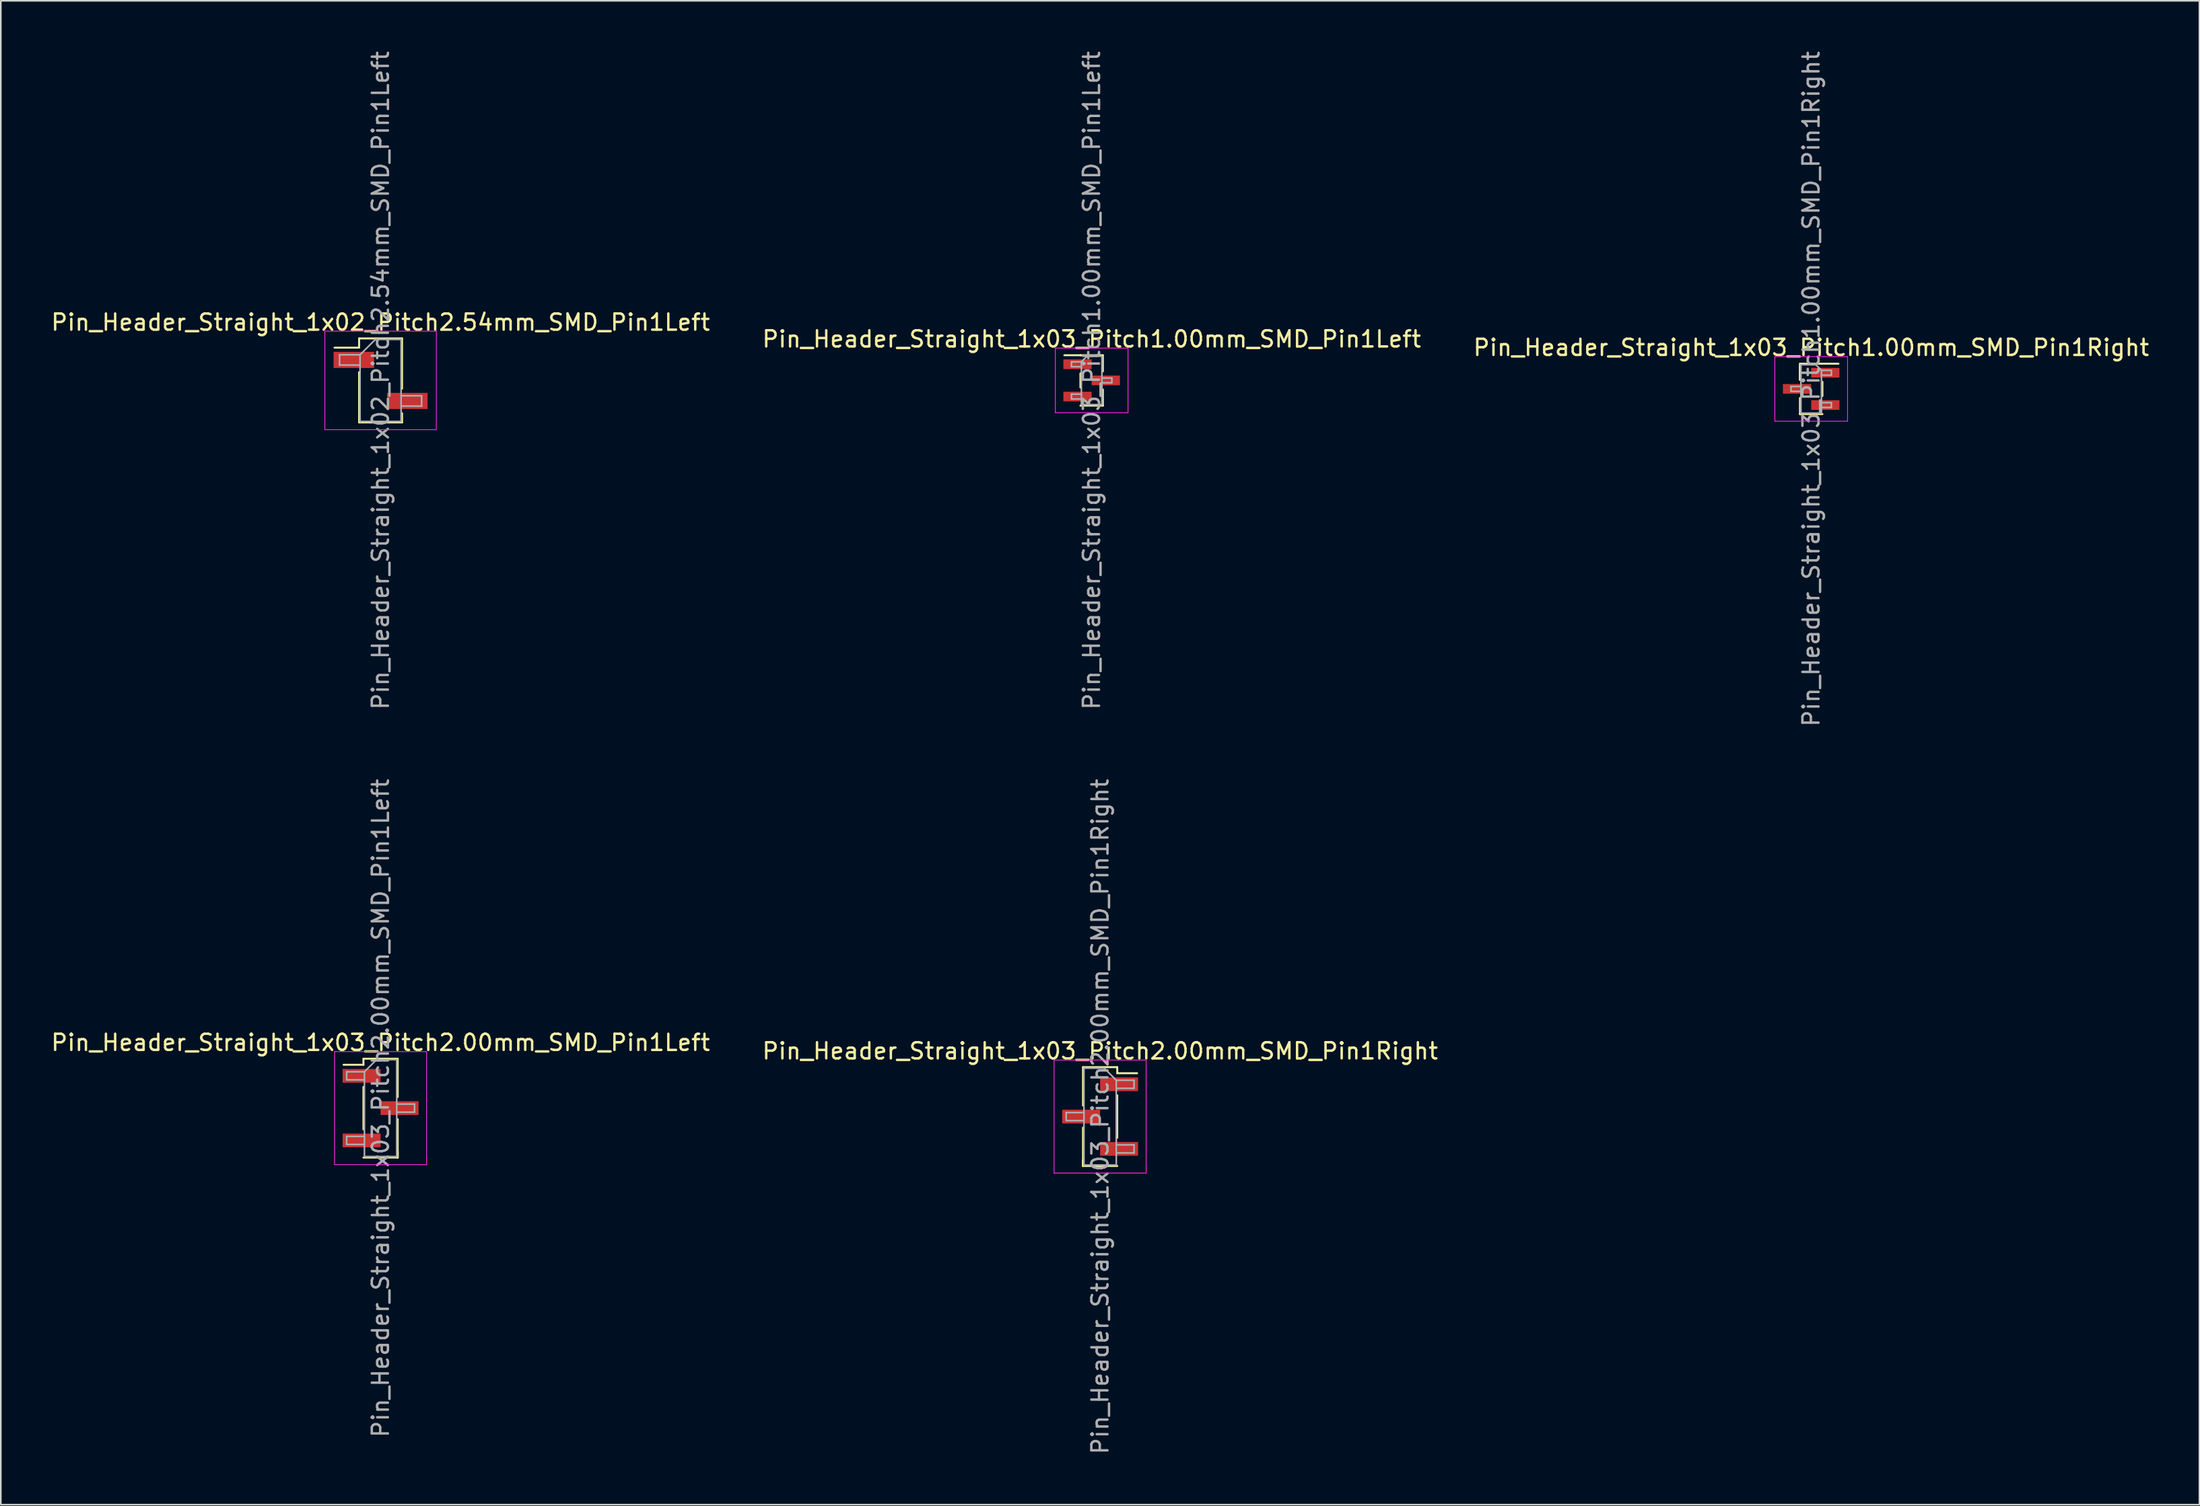
<source format=kicad_pcb>
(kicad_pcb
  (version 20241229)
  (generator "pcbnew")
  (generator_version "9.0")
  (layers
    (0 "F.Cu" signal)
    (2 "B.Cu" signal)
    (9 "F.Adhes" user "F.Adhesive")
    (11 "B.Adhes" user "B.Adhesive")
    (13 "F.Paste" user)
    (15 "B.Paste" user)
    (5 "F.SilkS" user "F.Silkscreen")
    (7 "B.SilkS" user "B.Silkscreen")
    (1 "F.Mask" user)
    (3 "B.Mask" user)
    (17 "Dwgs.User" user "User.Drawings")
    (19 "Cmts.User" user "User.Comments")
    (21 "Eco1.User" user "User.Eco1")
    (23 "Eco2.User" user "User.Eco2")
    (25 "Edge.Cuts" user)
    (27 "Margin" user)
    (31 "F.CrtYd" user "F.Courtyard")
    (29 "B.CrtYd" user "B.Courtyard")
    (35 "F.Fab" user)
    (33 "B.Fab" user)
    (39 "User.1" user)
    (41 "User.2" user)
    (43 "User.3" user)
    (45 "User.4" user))
  (footprint "Pin_Header_Straight_1x03_Pitch1.00mm_SMD_Pin1Left"
    (layer "F.Cu")
    (at 64.518 20.506)
    (property "Reference" "Pin_Header_Straight_1x03_Pitch1.00mm_SMD_Pin1Left" (at 0 -2.56 0) (layer "F.SilkS") (effects (font (size 1 1) (thickness 0.15))))
    (attr smd)
    (fp_line (start -0.695 -1.56) (end -1.69 -1.56) (stroke (width 0.12) (type solid)) (layer "F.SilkS"))
    (fp_line (start -0.695 -1.56) (end -0.695 -1.56) (stroke (width 0.12) (type solid)) (layer "F.SilkS"))
    (fp_line (start -0.695 -1.56) (end 0.695 -1.56) (stroke (width 0.12) (type solid)) (layer "F.SilkS"))
    (fp_line (start -0.695 -0.44) (end -0.695 0.44) (stroke (width 0.12) (type solid)) (layer "F.SilkS"))
    (fp_line (start -0.695 1.56) (end 0.695 1.56) (stroke (width 0.12) (type solid)) (layer "F.SilkS"))
    (fp_line (start 0.695 -1.56) (end 0.695 -0.56) (stroke (width 0.12) (type solid)) (layer "F.SilkS"))
    (fp_line (start 0.695 0.56) (end 0.695 1.56) (stroke (width 0.12) (type solid)) (layer "F.SilkS"))
    (fp_line (start 0.695 1.56) (end 0.695 1.56) (stroke (width 0.12) (type solid)) (layer "F.SilkS"))
    (fp_line (start -2.25 -2) (end -2.25 2) (stroke (width 0.05) (type solid)) (layer "F.CrtYd"))
    (fp_line (start -2.25 2) (end 2.25 2) (stroke (width 0.05) (type solid)) (layer "F.CrtYd"))
    (fp_line (start 2.25 -2) (end -2.25 -2) (stroke (width 0.05) (type solid)) (layer "F.CrtYd"))
    (fp_line (start 2.25 2) (end 2.25 -2) (stroke (width 0.05) (type solid)) (layer "F.CrtYd"))
    (fp_line (start -1.25 -1.15) (end -1.25 -0.85) (stroke (width 0.1) (type solid)) (layer "F.Fab"))
    (fp_line (start -1.25 -0.85) (end -0.635 -0.85) (stroke (width 0.1) (type solid)) (layer "F.Fab"))
    (fp_line (start -1.25 0.85) (end -1.25 1.15) (stroke (width 0.1) (type solid)) (layer "F.Fab"))
    (fp_line (start -1.25 1.15) (end -0.635 1.15) (stroke (width 0.1) (type solid)) (layer "F.Fab"))
    (fp_line (start -0.635 -1.15) (end -1.25 -1.15) (stroke (width 0.1) (type solid)) (layer "F.Fab"))
    (fp_line (start -0.635 -1.15) (end -0.285 -1.5) (stroke (width 0.1) (type solid)) (layer "F.Fab"))
    (fp_line (start -0.635 0.85) (end -1.25 0.85) (stroke (width 0.1) (type solid)) (layer "F.Fab"))
    (fp_line (start -0.635 1.5) (end -0.635 -1.15) (stroke (width 0.1) (type solid)) (layer "F.Fab"))
    (fp_line (start -0.285 -1.5) (end 0.635 -1.5) (stroke (width 0.1) (type solid)) (layer "F.Fab"))
    (fp_line (start 0.635 -1.5) (end 0.635 1.5) (stroke (width 0.1) (type solid)) (layer "F.Fab"))
    (fp_line (start 0.635 -0.15) (end 1.25 -0.15) (stroke (width 0.1) (type solid)) (layer "F.Fab"))
    (fp_line (start 0.635 1.5) (end -0.635 1.5) (stroke (width 0.1) (type solid)) (layer "F.Fab"))
    (fp_line (start 1.25 -0.15) (end 1.25 0.15) (stroke (width 0.1) (type solid)) (layer "F.Fab"))
    (fp_line (start 1.25 0.15) (end 0.635 0.15) (stroke (width 0.1) (type solid)) (layer "F.Fab"))
    (fp_text user "${REFERENCE}" (at 0 0 90) (layer "F.Fab") (effects (font (size 1 1) (thickness 0.15))))
    (pad "1" smd rect (at -0.875 -1) (size 1.75 0.6) (layers "F.Cu" "F.Mask" "F.Paste"))
    (pad "2" smd rect (at 0.875 0) (size 1.75 0.6) (layers "F.Cu" "F.Mask" "F.Paste"))
    (pad "3" smd rect (at -0.875 1) (size 1.75 0.6) (layers "F.Cu" "F.Mask" "F.Paste")))
  (footprint "Pin_Header_Straight_1x03_Pitch2.00mm_SMD_Pin1Right"
    (layer "F.Cu")
    (at 65.042 66.089)
    (property "Reference" "Pin_Header_Straight_1x03_Pitch2.00mm_SMD_Pin1Right" (at 0 -4.06 0) (layer "F.SilkS") (effects (font (size 1 1) (thickness 0.15))))
    (attr smd)
    (fp_line (start -1.06 -3.06) (end -1.06 -0.685) (stroke (width 0.12) (type solid)) (layer "F.SilkS"))
    (fp_line (start -1.06 -3.06) (end 1.06 -3.06) (stroke (width 0.12) (type solid)) (layer "F.SilkS"))
    (fp_line (start -1.06 0.685) (end -1.06 3.06) (stroke (width 0.12) (type solid)) (layer "F.SilkS"))
    (fp_line (start -1.06 2.685) (end -1.06 3.06) (stroke (width 0.12) (type solid)) (layer "F.SilkS"))
    (fp_line (start -1.06 3.06) (end 1.06 3.06) (stroke (width 0.12) (type solid)) (layer "F.SilkS"))
    (fp_line (start 1.06 -3.06) (end 1.06 -2.685) (stroke (width 0.12) (type solid)) (layer "F.SilkS"))
    (fp_line (start 1.06 -2.685) (end 2.29 -2.685) (stroke (width 0.12) (type solid)) (layer "F.SilkS"))
    (fp_line (start 1.06 -1.315) (end 1.06 1.315) (stroke (width 0.12) (type solid)) (layer "F.SilkS"))
    (fp_line (start -2.85 -3.5) (end -2.85 3.5) (stroke (width 0.05) (type solid)) (layer "F.CrtYd"))
    (fp_line (start -2.85 3.5) (end 2.85 3.5) (stroke (width 0.05) (type solid)) (layer "F.CrtYd"))
    (fp_line (start 2.85 -3.5) (end -2.85 -3.5) (stroke (width 0.05) (type solid)) (layer "F.CrtYd"))
    (fp_line (start 2.85 3.5) (end 2.85 -3.5) (stroke (width 0.05) (type solid)) (layer "F.CrtYd"))
    (fp_line (start -2.1 -0.25) (end -2.1 0.25) (stroke (width 0.1) (type solid)) (layer "F.Fab"))
    (fp_line (start -2.1 0.25) (end -1 0.25) (stroke (width 0.1) (type solid)) (layer "F.Fab"))
    (fp_line (start -1 -3) (end -1 3) (stroke (width 0.1) (type solid)) (layer "F.Fab"))
    (fp_line (start -1 -3) (end 0.25 -3) (stroke (width 0.1) (type solid)) (layer "F.Fab"))
    (fp_line (start -1 -0.25) (end -2.1 -0.25) (stroke (width 0.1) (type solid)) (layer "F.Fab"))
    (fp_line (start 1 -2.25) (end 0.25 -3) (stroke (width 0.1) (type solid)) (layer "F.Fab"))
    (fp_line (start 1 -2.25) (end 2.1 -2.25) (stroke (width 0.1) (type solid)) (layer "F.Fab"))
    (fp_line (start 1 1.75) (end 2.1 1.75) (stroke (width 0.1) (type solid)) (layer "F.Fab"))
    (fp_line (start 1 3) (end -1 3) (stroke (width 0.1) (type solid)) (layer "F.Fab"))
    (fp_line (start 1 3) (end 1 -2.25) (stroke (width 0.1) (type solid)) (layer "F.Fab"))
    (fp_line (start 2.1 -2.25) (end 2.1 -1.75) (stroke (width 0.1) (type solid)) (layer "F.Fab"))
    (fp_line (start 2.1 -1.75) (end 1 -1.75) (stroke (width 0.1) (type solid)) (layer "F.Fab"))
    (fp_line (start 2.1 1.75) (end 2.1 2.25) (stroke (width 0.1) (type solid)) (layer "F.Fab"))
    (fp_line (start 2.1 2.25) (end 1 2.25) (stroke (width 0.1) (type solid)) (layer "F.Fab"))
    (fp_text user "${REFERENCE}" (at 0 0 90) (layer "F.Fab") (effects (font (size 1 1) (thickness 0.15))))
    (pad "1" smd rect (at 1.175 -2) (size 2.35 0.85) (layers "F.Cu" "F.Mask" "F.Paste"))
    (pad "2" smd rect (at -1.175 0) (size 2.35 0.85) (layers "F.Cu" "F.Mask" "F.Paste"))
    (pad "3" smd rect (at 1.175 2) (size 2.35 0.85) (layers "F.Cu" "F.Mask" "F.Paste")))
  (footprint "Pin_Header_Straight_1x03_Pitch2.00mm_SMD_Pin1Left"
    (layer "F.Cu")
    (at 20.506 65.565)
    (property "Reference" "Pin_Header_Straight_1x03_Pitch2.00mm_SMD_Pin1Left" (at 0 -4.06 0) (layer "F.SilkS") (effects (font (size 1 1) (thickness 0.15))))
    (attr smd)
    (fp_line (start -1.06 -3.06) (end -1.06 -2.685) (stroke (width 0.12) (type solid)) (layer "F.SilkS"))
    (fp_line (start -1.06 -3.06) (end 1.06 -3.06) (stroke (width 0.12) (type solid)) (layer "F.SilkS"))
    (fp_line (start -1.06 -2.685) (end -2.29 -2.685) (stroke (width 0.12) (type solid)) (layer "F.SilkS"))
    (fp_line (start -1.06 -1.315) (end -1.06 1.315) (stroke (width 0.12) (type solid)) (layer "F.SilkS"))
    (fp_line (start -1.06 3.06) (end 1.06 3.06) (stroke (width 0.12) (type solid)) (layer "F.SilkS"))
    (fp_line (start 1.06 -3.06) (end 1.06 -0.685) (stroke (width 0.12) (type solid)) (layer "F.SilkS"))
    (fp_line (start 1.06 0.685) (end 1.06 3.06) (stroke (width 0.12) (type solid)) (layer "F.SilkS"))
    (fp_line (start 1.06 2.685) (end 1.06 3.06) (stroke (width 0.12) (type solid)) (layer "F.SilkS"))
    (fp_line (start -2.85 -3.5) (end -2.85 3.5) (stroke (width 0.05) (type solid)) (layer "F.CrtYd"))
    (fp_line (start -2.85 3.5) (end 2.85 3.5) (stroke (width 0.05) (type solid)) (layer "F.CrtYd"))
    (fp_line (start 2.85 -3.5) (end -2.85 -3.5) (stroke (width 0.05) (type solid)) (layer "F.CrtYd"))
    (fp_line (start 2.85 3.5) (end 2.85 -3.5) (stroke (width 0.05) (type solid)) (layer "F.CrtYd"))
    (fp_line (start -2.1 -2.25) (end -2.1 -1.75) (stroke (width 0.1) (type solid)) (layer "F.Fab"))
    (fp_line (start -2.1 -1.75) (end -1 -1.75) (stroke (width 0.1) (type solid)) (layer "F.Fab"))
    (fp_line (start -2.1 1.75) (end -2.1 2.25) (stroke (width 0.1) (type solid)) (layer "F.Fab"))
    (fp_line (start -2.1 2.25) (end -1 2.25) (stroke (width 0.1) (type solid)) (layer "F.Fab"))
    (fp_line (start -1 -2.25) (end -2.1 -2.25) (stroke (width 0.1) (type solid)) (layer "F.Fab"))
    (fp_line (start -1 -2.25) (end -0.25 -3) (stroke (width 0.1) (type solid)) (layer "F.Fab"))
    (fp_line (start -1 1.75) (end -2.1 1.75) (stroke (width 0.1) (type solid)) (layer "F.Fab"))
    (fp_line (start -1 3) (end -1 -2.25) (stroke (width 0.1) (type solid)) (layer "F.Fab"))
    (fp_line (start -0.25 -3) (end 1 -3) (stroke (width 0.1) (type solid)) (layer "F.Fab"))
    (fp_line (start 1 -3) (end 1 3) (stroke (width 0.1) (type solid)) (layer "F.Fab"))
    (fp_line (start 1 -0.25) (end 2.1 -0.25) (stroke (width 0.1) (type solid)) (layer "F.Fab"))
    (fp_line (start 1 3) (end -1 3) (stroke (width 0.1) (type solid)) (layer "F.Fab"))
    (fp_line (start 2.1 -0.25) (end 2.1 0.25) (stroke (width 0.1) (type solid)) (layer "F.Fab"))
    (fp_line (start 2.1 0.25) (end 1 0.25) (stroke (width 0.1) (type solid)) (layer "F.Fab"))
    (fp_text user "${REFERENCE}" (at 0 0 90) (layer "F.Fab") (effects (font (size 1 1) (thickness 0.15))))
    (pad "1" smd rect (at -1.175 -2) (size 2.35 0.85) (layers "F.Cu" "F.Mask" "F.Paste"))
    (pad "2" smd rect (at 1.175 0) (size 2.35 0.85) (layers "F.Cu" "F.Mask" "F.Paste"))
    (pad "3" smd rect (at -1.175 2) (size 2.35 0.85) (layers "F.Cu" "F.Mask" "F.Paste")))
  (footprint "Pin_Header_Straight_1x02_Pitch2.54mm_SMD_Pin1Left"
    (layer "F.Cu")
    (at 20.506 20.506)
    (property "Reference" "Pin_Header_Straight_1x02_Pitch2.54mm_SMD_Pin1Left" (at 0 -3.6 0) (layer "F.SilkS") (effects (font (size 1 1) (thickness 0.15))))
    (attr smd)
    (fp_line (start -1.33 -2.6) (end -1.33 -2.03) (stroke (width 0.12) (type solid)) (layer "F.SilkS"))
    (fp_line (start -1.33 -2.6) (end 1.33 -2.6) (stroke (width 0.12) (type solid)) (layer "F.SilkS"))
    (fp_line (start -1.33 -2.03) (end -2.85 -2.03) (stroke (width 0.12) (type solid)) (layer "F.SilkS"))
    (fp_line (start -1.33 -0.51) (end -1.33 2.6) (stroke (width 0.12) (type solid)) (layer "F.SilkS"))
    (fp_line (start -1.33 2.6) (end 1.33 2.6) (stroke (width 0.12) (type solid)) (layer "F.SilkS"))
    (fp_line (start 1.33 -2.6) (end 1.33 0.51) (stroke (width 0.12) (type solid)) (layer "F.SilkS"))
    (fp_line (start 1.33 2.03) (end 1.33 2.6) (stroke (width 0.12) (type solid)) (layer "F.SilkS"))
    (fp_line (start -3.45 -3.05) (end -3.45 3.05) (stroke (width 0.05) (type solid)) (layer "F.CrtYd"))
    (fp_line (start -3.45 3.05) (end 3.45 3.05) (stroke (width 0.05) (type solid)) (layer "F.CrtYd"))
    (fp_line (start 3.45 -3.05) (end -3.45 -3.05) (stroke (width 0.05) (type solid)) (layer "F.CrtYd"))
    (fp_line (start 3.45 3.05) (end 3.45 -3.05) (stroke (width 0.05) (type solid)) (layer "F.CrtYd"))
    (fp_line (start -2.54 -1.59) (end -2.54 -0.95) (stroke (width 0.1) (type solid)) (layer "F.Fab"))
    (fp_line (start -2.54 -0.95) (end -1.27 -0.95) (stroke (width 0.1) (type solid)) (layer "F.Fab"))
    (fp_line (start -1.27 -1.59) (end -2.54 -1.59) (stroke (width 0.1) (type solid)) (layer "F.Fab"))
    (fp_line (start -1.27 -1.59) (end -0.32 -2.54) (stroke (width 0.1) (type solid)) (layer "F.Fab"))
    (fp_line (start -1.27 2.54) (end -1.27 -1.59) (stroke (width 0.1) (type solid)) (layer "F.Fab"))
    (fp_line (start -0.32 -2.54) (end 1.27 -2.54) (stroke (width 0.1) (type solid)) (layer "F.Fab"))
    (fp_line (start 1.27 -2.54) (end 1.27 2.54) (stroke (width 0.1) (type solid)) (layer "F.Fab"))
    (fp_line (start 1.27 0.95) (end 2.54 0.95) (stroke (width 0.1) (type solid)) (layer "F.Fab"))
    (fp_line (start 1.27 2.54) (end -1.27 2.54) (stroke (width 0.1) (type solid)) (layer "F.Fab"))
    (fp_line (start 2.54 0.95) (end 2.54 1.59) (stroke (width 0.1) (type solid)) (layer "F.Fab"))
    (fp_line (start 2.54 1.59) (end 1.27 1.59) (stroke (width 0.1) (type solid)) (layer "F.Fab"))
    (fp_text user "${REFERENCE}" (at 0 0 90) (layer "F.Fab") (effects (font (size 1 1) (thickness 0.15))))
    (pad "1" smd rect (at -1.655 -1.27) (size 2.51 1) (layers "F.Cu" "F.Mask" "F.Paste"))
    (pad "2" smd rect (at 1.655 1.27) (size 2.51 1) (layers "F.Cu" "F.Mask" "F.Paste")))
  (footprint "Pin_Header_Straight_1x03_Pitch1.00mm_SMD_Pin1Right"
    (layer "F.Cu")
    (at 109.054 21.03)
    (property "Reference" "Pin_Header_Straight_1x03_Pitch1.00mm_SMD_Pin1Right" (at 0 -2.56 0) (layer "F.SilkS") (effects (font (size 1 1) (thickness 0.15))))
    (attr smd)
    (fp_line (start -0.695 -1.56) (end -0.695 -0.56) (stroke (width 0.12) (type solid)) (layer "F.SilkS"))
    (fp_line (start -0.695 -1.56) (end 0.695 -1.56) (stroke (width 0.12) (type solid)) (layer "F.SilkS"))
    (fp_line (start -0.695 -1.44) (end -0.695 -0.56) (stroke (width 0.12) (type solid)) (layer "F.SilkS"))
    (fp_line (start -0.695 0.56) (end -0.695 1.56) (stroke (width 0.12) (type solid)) (layer "F.SilkS"))
    (fp_line (start -0.695 1.56) (end -0.695 1.56) (stroke (width 0.12) (type solid)) (layer "F.SilkS"))
    (fp_line (start -0.695 1.56) (end 0.695 1.56) (stroke (width 0.12) (type solid)) (layer "F.SilkS"))
    (fp_line (start 0.695 -1.56) (end 0.695 -1.56) (stroke (width 0.12) (type solid)) (layer "F.SilkS"))
    (fp_line (start 0.695 -1.56) (end 1.69 -1.56) (stroke (width 0.12) (type solid)) (layer "F.SilkS"))
    (fp_line (start 0.695 -0.44) (end 0.695 0.44) (stroke (width 0.12) (type solid)) (layer "F.SilkS"))
    (fp_line (start -2.25 -2) (end -2.25 2) (stroke (width 0.05) (type solid)) (layer "F.CrtYd"))
    (fp_line (start -2.25 2) (end 2.25 2) (stroke (width 0.05) (type solid)) (layer "F.CrtYd"))
    (fp_line (start 2.25 -2) (end -2.25 -2) (stroke (width 0.05) (type solid)) (layer "F.CrtYd"))
    (fp_line (start 2.25 2) (end 2.25 -2) (stroke (width 0.05) (type solid)) (layer "F.CrtYd"))
    (fp_line (start -1.25 -0.15) (end -1.25 0.15) (stroke (width 0.1) (type solid)) (layer "F.Fab"))
    (fp_line (start -1.25 0.15) (end -0.635 0.15) (stroke (width 0.1) (type solid)) (layer "F.Fab"))
    (fp_line (start -0.635 -1.5) (end -0.635 1.5) (stroke (width 0.1) (type solid)) (layer "F.Fab"))
    (fp_line (start -0.635 -1.5) (end 0.285 -1.5) (stroke (width 0.1) (type solid)) (layer "F.Fab"))
    (fp_line (start -0.635 -0.15) (end -1.25 -0.15) (stroke (width 0.1) (type solid)) (layer "F.Fab"))
    (fp_line (start 0.635 -1.15) (end 0.285 -1.5) (stroke (width 0.1) (type solid)) (layer "F.Fab"))
    (fp_line (start 0.635 -1.15) (end 1.25 -1.15) (stroke (width 0.1) (type solid)) (layer "F.Fab"))
    (fp_line (start 0.635 0.85) (end 1.25 0.85) (stroke (width 0.1) (type solid)) (layer "F.Fab"))
    (fp_line (start 0.635 1.5) (end -0.635 1.5) (stroke (width 0.1) (type solid)) (layer "F.Fab"))
    (fp_line (start 0.635 1.5) (end 0.635 -1.15) (stroke (width 0.1) (type solid)) (layer "F.Fab"))
    (fp_line (start 1.25 -1.15) (end 1.25 -0.85) (stroke (width 0.1) (type solid)) (layer "F.Fab"))
    (fp_line (start 1.25 -0.85) (end 0.635 -0.85) (stroke (width 0.1) (type solid)) (layer "F.Fab"))
    (fp_line (start 1.25 0.85) (end 1.25 1.15) (stroke (width 0.1) (type solid)) (layer "F.Fab"))
    (fp_line (start 1.25 1.15) (end 0.635 1.15) (stroke (width 0.1) (type solid)) (layer "F.Fab"))
    (fp_text user "${REFERENCE}" (at 0 0 90) (layer "F.Fab") (effects (font (size 1 1) (thickness 0.15))))
    (pad "1" smd rect (at 0.875 -1) (size 1.75 0.6) (layers "F.Cu" "F.Mask" "F.Paste"))
    (pad "2" smd rect (at -0.875 0) (size 1.75 0.6) (layers "F.Cu" "F.Mask" "F.Paste"))
    (pad "3" smd rect (at 0.875 1) (size 1.75 0.6) (layers "F.Cu" "F.Mask" "F.Paste")))
  (gr_rect
    (start -3 -3)
    (end 133.083 90.119)
    (stroke (width 0.1) (type default))
    (fill no)
    (layer "Edge.Cuts")))
</source>
